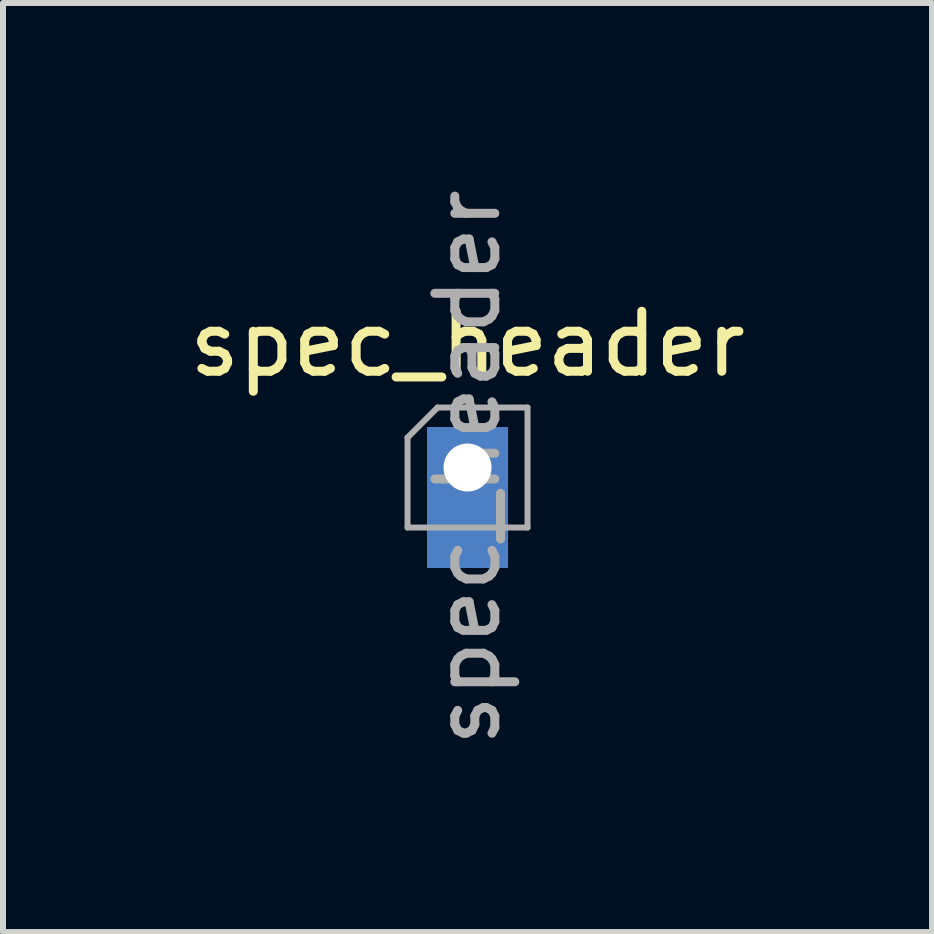
<source format=kicad_pcb>
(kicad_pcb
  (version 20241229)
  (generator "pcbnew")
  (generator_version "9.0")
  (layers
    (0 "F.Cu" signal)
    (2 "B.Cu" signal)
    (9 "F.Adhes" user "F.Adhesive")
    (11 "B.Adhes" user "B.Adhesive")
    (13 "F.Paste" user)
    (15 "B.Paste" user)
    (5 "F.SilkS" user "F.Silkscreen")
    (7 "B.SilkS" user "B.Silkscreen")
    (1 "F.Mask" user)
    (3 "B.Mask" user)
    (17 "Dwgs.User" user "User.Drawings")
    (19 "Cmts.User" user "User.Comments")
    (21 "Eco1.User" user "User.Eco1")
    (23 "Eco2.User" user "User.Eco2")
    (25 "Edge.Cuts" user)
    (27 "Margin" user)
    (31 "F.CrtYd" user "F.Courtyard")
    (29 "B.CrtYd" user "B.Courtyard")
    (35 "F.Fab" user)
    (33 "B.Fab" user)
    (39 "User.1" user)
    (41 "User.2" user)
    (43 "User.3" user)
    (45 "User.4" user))
  (footprint "spec_header"
    (layer "F.Cu")
    (at 4.744 4.744)
    (property "Reference" "spec_header" (at 0 -2.06 180) (layer "F.SilkS") (effects (font (size 1 1) (thickness 0.15))))
    (attr through_hole)
    (fp_line (start -1 -0.5) (end -0.5 -1) (stroke (width 0.1) (type solid)) (layer "F.Fab"))
    (fp_line (start -1 1) (end -1 -0.5) (stroke (width 0.1) (type solid)) (layer "F.Fab"))
    (fp_line (start -0.5 -1) (end 1 -1) (stroke (width 0.1) (type solid)) (layer "F.Fab"))
    (fp_line (start 1 -1) (end 1 1) (stroke (width 0.1) (type solid)) (layer "F.Fab"))
    (fp_line (start 1 1) (end -1 1) (stroke (width 0.1) (type solid)) (layer "F.Fab"))
    (fp_text user "${REFERENCE}" (at 0 0 270) (layer "F.Fab") (effects (font (size 1 1) (thickness 0.15))))
    (pad "1" thru_hole custom (at 0 0) (size 1.35 2.35) (drill 0.8 (offset 0 0.5)) (layers "*.Cu" "*.Mask") (options (anchor rect)) (primitives)))
  (gr_rect
    (start -3 -3)
    (end 12.488 12.488)
    (stroke (width 0.1) (type default))
    (fill no)
    (layer "Edge.Cuts")))
</source>
